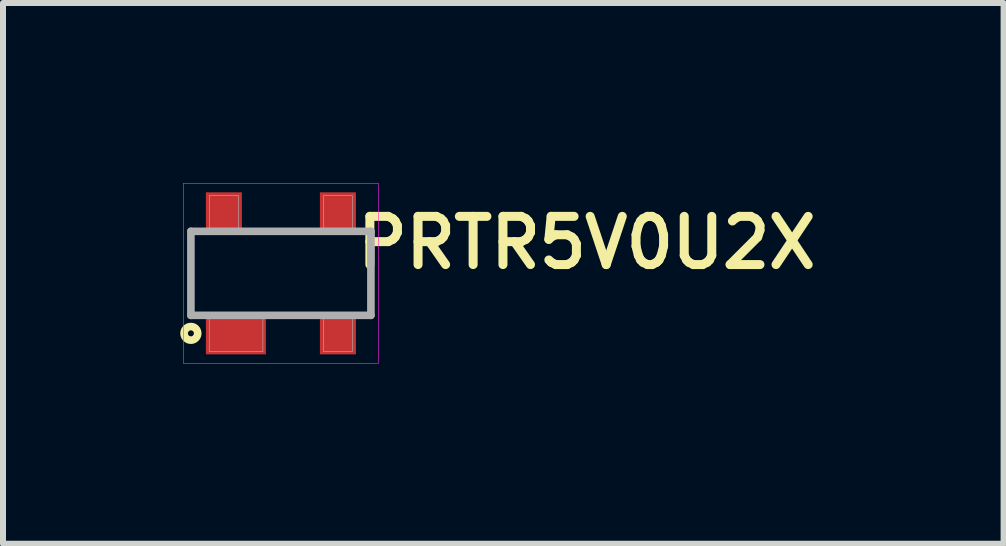
<source format=kicad_pcb>
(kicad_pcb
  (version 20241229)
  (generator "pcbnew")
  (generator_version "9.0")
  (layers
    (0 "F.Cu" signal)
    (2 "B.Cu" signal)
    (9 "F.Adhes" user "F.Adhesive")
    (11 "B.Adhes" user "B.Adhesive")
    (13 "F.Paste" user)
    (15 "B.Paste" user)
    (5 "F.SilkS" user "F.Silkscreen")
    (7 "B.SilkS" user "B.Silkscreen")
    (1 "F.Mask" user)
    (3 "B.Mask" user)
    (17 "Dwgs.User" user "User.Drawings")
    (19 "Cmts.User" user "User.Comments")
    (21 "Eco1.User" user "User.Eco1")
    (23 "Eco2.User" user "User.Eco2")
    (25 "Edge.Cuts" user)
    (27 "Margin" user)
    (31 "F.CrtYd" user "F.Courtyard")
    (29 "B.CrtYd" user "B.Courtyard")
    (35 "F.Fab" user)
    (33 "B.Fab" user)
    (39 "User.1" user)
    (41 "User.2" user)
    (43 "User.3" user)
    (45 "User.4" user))
  (footprint "PRTR5V0U2X"
    (layer "F.Cu")
    (at 1.631 1.505)
    (property "Reference" "PRTR5V0U2X" (at 5.096 -0.51 0) (layer "F.SilkS") (effects (font (size 0.803 0.803) (thickness 0.15))))
    (attr smd)
    (fp_circle (center -1.5 1) (end -1.45 1) (stroke (width 0.127) (type solid)) (fill no) (layer "F.SilkS"))
    (fp_poly (pts (xy -1.202 -1.3) (xy -0.7 -1.3) (xy -0.7 -0.701) (xy -1.202 -0.701)) (stroke (width 0.01) (type solid)) (fill yes) (layer "F.Paste"))
    (fp_poly (pts (xy -1.202 0.7) (xy -0.3 0.7) (xy -0.3 1.302) (xy -1.202 1.302)) (stroke (width 0.01) (type solid)) (fill yes) (layer "F.Paste"))
    (fp_poly (pts (xy 0.701 0.7) (xy 1.2 0.7) (xy 1.2 1.301) (xy 0.701 1.301)) (stroke (width 0.01) (type solid)) (fill yes) (layer "F.Paste"))
    (fp_poly (pts (xy 0.701 -1.3) (xy 1.2 -1.3) (xy 1.2 -0.701) (xy 0.701 -0.701)) (stroke (width 0.01) (type solid)) (fill yes) (layer "F.Paste"))
    (fp_poly (pts (xy -1.626 -1.5) (xy 1.625 -1.5) (xy 1.625 1.501) (xy -1.626 1.501)) (stroke (width 0.01) (type solid)) (fill no) (layer "F.CrtYd"))
    (fp_line (start -1.5 -0.7) (end 1.5 -0.7) (stroke (width 0.127) (type solid)) (layer "F.Fab"))
    (fp_line (start -1.5 0.7) (end -1.5 -0.7) (stroke (width 0.127) (type solid)) (layer "F.Fab"))
    (fp_line (start 1.5 -0.7) (end 1.5 0.7) (stroke (width 0.127) (type solid)) (layer "F.Fab"))
    (fp_line (start 1.5 0.7) (end -1.5 0.7) (stroke (width 0.127) (type solid)) (layer "F.Fab"))
    (fp_poly (pts (xy -1.194 0.65) (xy -0.3 0.65) (xy -0.3 1.304) (xy -1.194 1.304)) (stroke (width 0.01) (type solid)) (fill no) (layer "F.Fab"))
    (fp_poly (pts (xy -1.191 -1.3) (xy -0.71 -1.3) (xy -0.71 -0.651) (xy -1.191 -0.651)) (stroke (width 0.01) (type solid)) (fill no) (layer "F.Fab"))
    (fp_poly (pts (xy 0.711 0.65) (xy 1.19 0.65) (xy 1.19 1.303) (xy 0.711 1.303)) (stroke (width 0.01) (type solid)) (fill no) (layer "F.Fab"))
    (fp_poly (pts (xy 0.712 -1.3) (xy 1.19 -1.3) (xy 1.19 -0.652) (xy 0.712 -0.652)) (stroke (width 0.01) (type solid)) (fill no) (layer "F.Fab"))
    (pad "1" smd rect (at -0.75 1) (size 1 0.7) (layers "F.Cu" "F.Mask" "F.Paste"))
    (pad "2" smd rect (at 0.95 1) (size 0.6 0.7) (layers "F.Cu" "F.Mask" "F.Paste"))
    (pad "3" smd rect (at 0.95 -1) (size 0.6 0.7) (layers "F.Cu" "F.Mask" "F.Paste"))
    (pad "4" smd rect (at -0.95 -1) (size 0.6 0.7) (layers "F.Cu" "F.Mask" "F.Paste")))
  (gr_rect
    (start -3 -3)
    (end 13.674 6.011)
    (stroke (width 0.1) (type default))
    (fill no)
    (layer "Edge.Cuts")))
</source>
